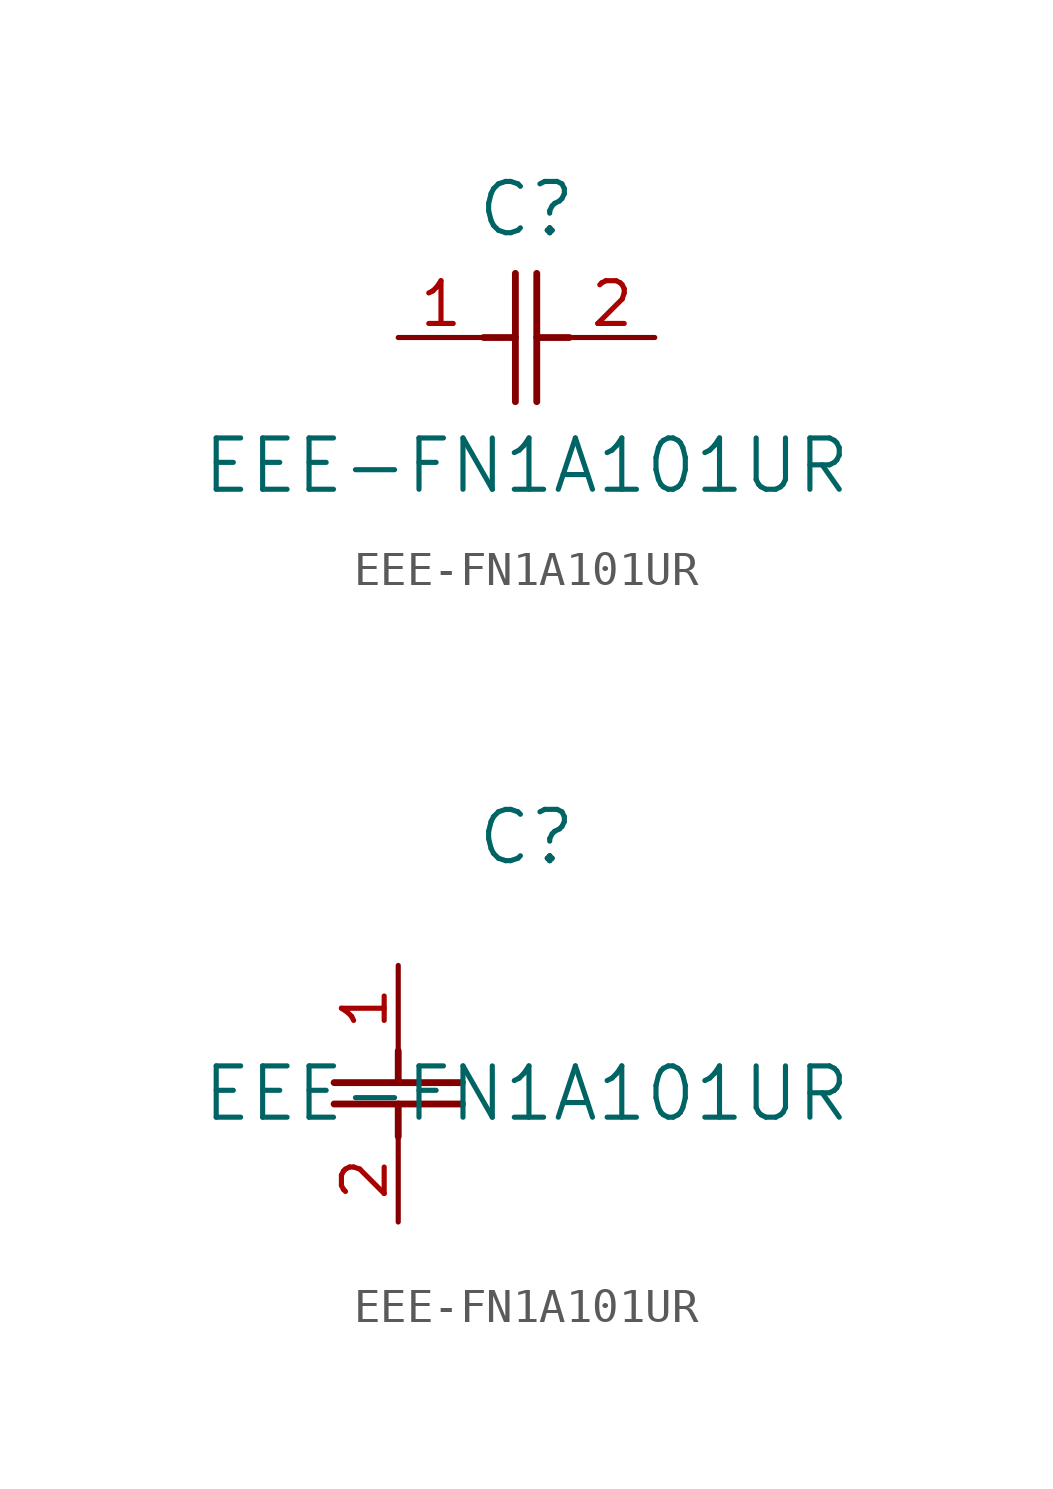
<source format=kicad_sym>
(kicad_symbol_lib
  (version 20211014)
  (generator kicad_symbol_editor)
  (symbol "EEE-FN1A101UR"
    (pin_names
      (offset 0.254))
    (property "Reference" "C"
      (at 3.81 3.81 0)
      (effects (font (size 1.524 1.524))))
    (property "Value" "EEE-FN1A101UR"
      (at 3.81 -3.81 0)
      (effects (font (size 1.524 1.524))))
    (symbol "EEE-FN1A101UR_1_1"
      (polyline (pts (xy 3.48 -1.905) (xy 3.48 1.905)) (stroke (width 0.203) (type default) (color 0 0 0 0)) (fill (type none)))
      (polyline (pts (xy 4.115 -1.905) (xy 4.115 1.905)) (stroke (width 0.203) (type default) (color 0 0 0 0)) (fill (type none)))
      (polyline (pts (xy 4.115 0) (xy 5.08 0)) (stroke (width 0.203) (type default) (color 0 0 0 0)) (fill (type none)))
      (polyline (pts (xy 2.54 0) (xy 3.48 0)) (stroke (width 0.203) (type default) (color 0 0 0 0)) (fill (type none)))
      (pin unspecified line (at 0 0 0) (length 2.54) (name "" (effects (font (size 1.27 1.27)))) (number "1" (effects (font (size 1.27 1.27)))))
      (pin unspecified line (at 7.62 0 180) (length 2.54) (name "" (effects (font (size 1.27 1.27)))) (number "2" (effects (font (size 1.27 1.27))))))
    (symbol "EEE-FN1A101UR_1_2"
      (polyline (pts (xy -1.905 -3.48) (xy 1.905 -3.48)) (stroke (width 0.203) (type default) (color 0 0 0 0)) (fill (type none)))
      (polyline (pts (xy -1.905 -4.115) (xy 1.905 -4.115)) (stroke (width 0.203) (type default) (color 0 0 0 0)) (fill (type none)))
      (polyline (pts (xy 0 -4.115) (xy 0 -5.08)) (stroke (width 0.203) (type default) (color 0 0 0 0)) (fill (type none)))
      (polyline (pts (xy 0 -2.54) (xy 0 -3.48)) (stroke (width 0.203) (type default) (color 0 0 0 0)) (fill (type none)))
      (pin unspecified line (at 0 0 270) (length 2.54) (name "" (effects (font (size 1.27 1.27)))) (number "1" (effects (font (size 1.27 1.27)))))
      (pin unspecified line (at 0 -7.62 90) (length 2.54) (name "" (effects (font (size 1.27 1.27)))) (number "2" (effects (font (size 1.27 1.27))))))))
</source>
